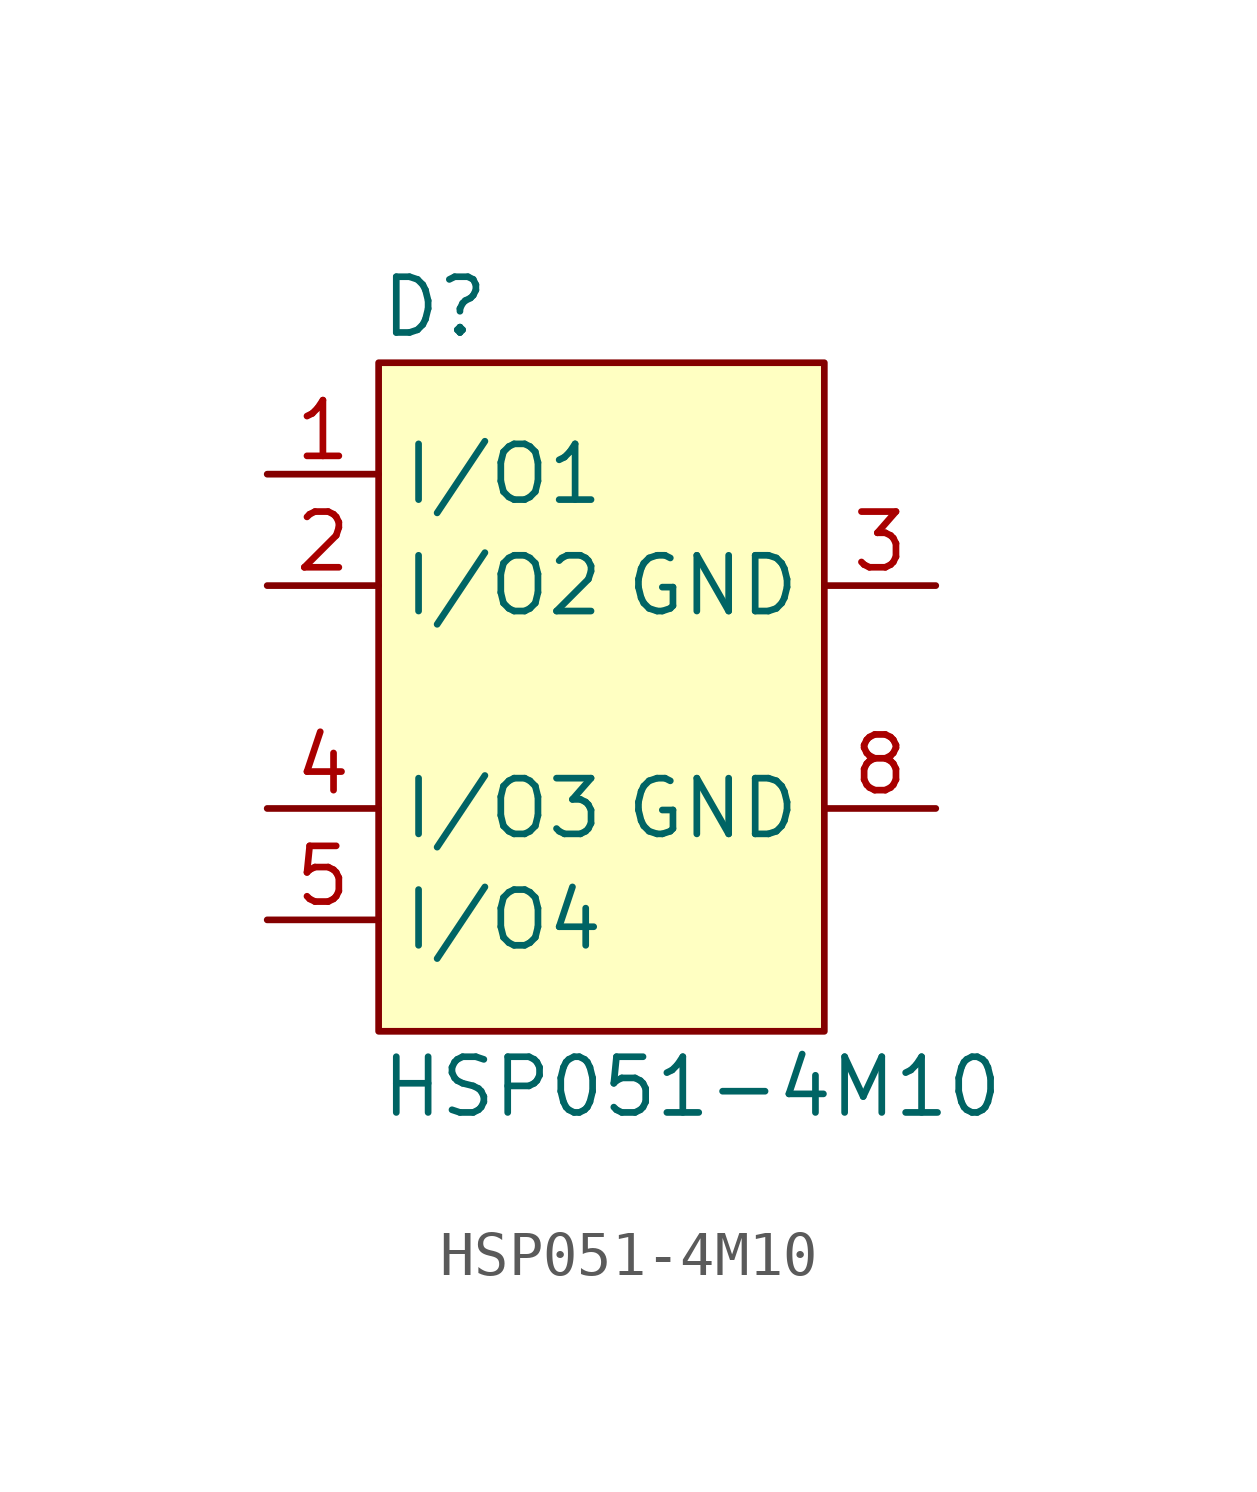
<source format=kicad_sym>
(kicad_symbol_lib
  (version 20211014)
  (generator kicad_symbol_editor)
  (symbol "HSP051-4M10"
    (property "Reference" "D"
      (at 0 1.27 0)
      (effects (font (size 1.27 1.27)) (justify left)))
    (property "Value" "HSP051-4M10"
      (at 0 -16.51 0)
      (effects (font (size 1.27 1.27)) (justify left)))
    (symbol "HSP051-4M10_0_1"
      (rectangle (start 0 0) (end 10.16 -15.24) (stroke (width 0) (type default) (color 0 0 0 0)) (fill (type background))))
    (symbol "HSP051-4M10_1_1"
      (pin input line (at -2.54 -2.54 0) (length 2.54) (name "I/O1" (effects (font (size 1.27 1.27)))) (number "1" (effects (font (size 1.27 1.27)))))
      (pin input line (at -2.54 -2.54 0) (length 2.54) hide (name "I/O1" (effects (font (size 1.27 1.27)))) (number "10" (effects (font (size 1.27 1.27)))))
      (pin input line (at -2.54 -5.08 0) (length 2.54) (name "I/O2" (effects (font (size 1.27 1.27)))) (number "2" (effects (font (size 1.27 1.27)))))
      (pin power_in line (at 12.7 -5.08 180) (length 2.54) (name "GND" (effects (font (size 1.27 1.27)))) (number "3" (effects (font (size 1.27 1.27)))))
      (pin input line (at -2.54 -10.16 0) (length 2.54) (name "I/O3" (effects (font (size 1.27 1.27)))) (number "4" (effects (font (size 1.27 1.27)))))
      (pin input line (at -2.54 -12.7 0) (length 2.54) (name "I/O4" (effects (font (size 1.27 1.27)))) (number "5" (effects (font (size 1.27 1.27)))))
      (pin input line (at -2.54 -12.7 0) (length 2.54) hide (name "I/O4" (effects (font (size 1.27 1.27)))) (number "6" (effects (font (size 1.27 1.27)))))
      (pin input line (at -2.54 -10.16 0) (length 2.54) hide (name "I/O3" (effects (font (size 1.27 1.27)))) (number "7" (effects (font (size 1.27 1.27)))))
      (pin power_in line (at 12.7 -10.16 180) (length 2.54) (name "GND" (effects (font (size 1.27 1.27)))) (number "8" (effects (font (size 1.27 1.27)))))
      (pin input line (at -2.54 -5.08 0) (length 2.54) hide (name "I/O2" (effects (font (size 1.27 1.27)))) (number "9" (effects (font (size 1.27 1.27))))))))
</source>
